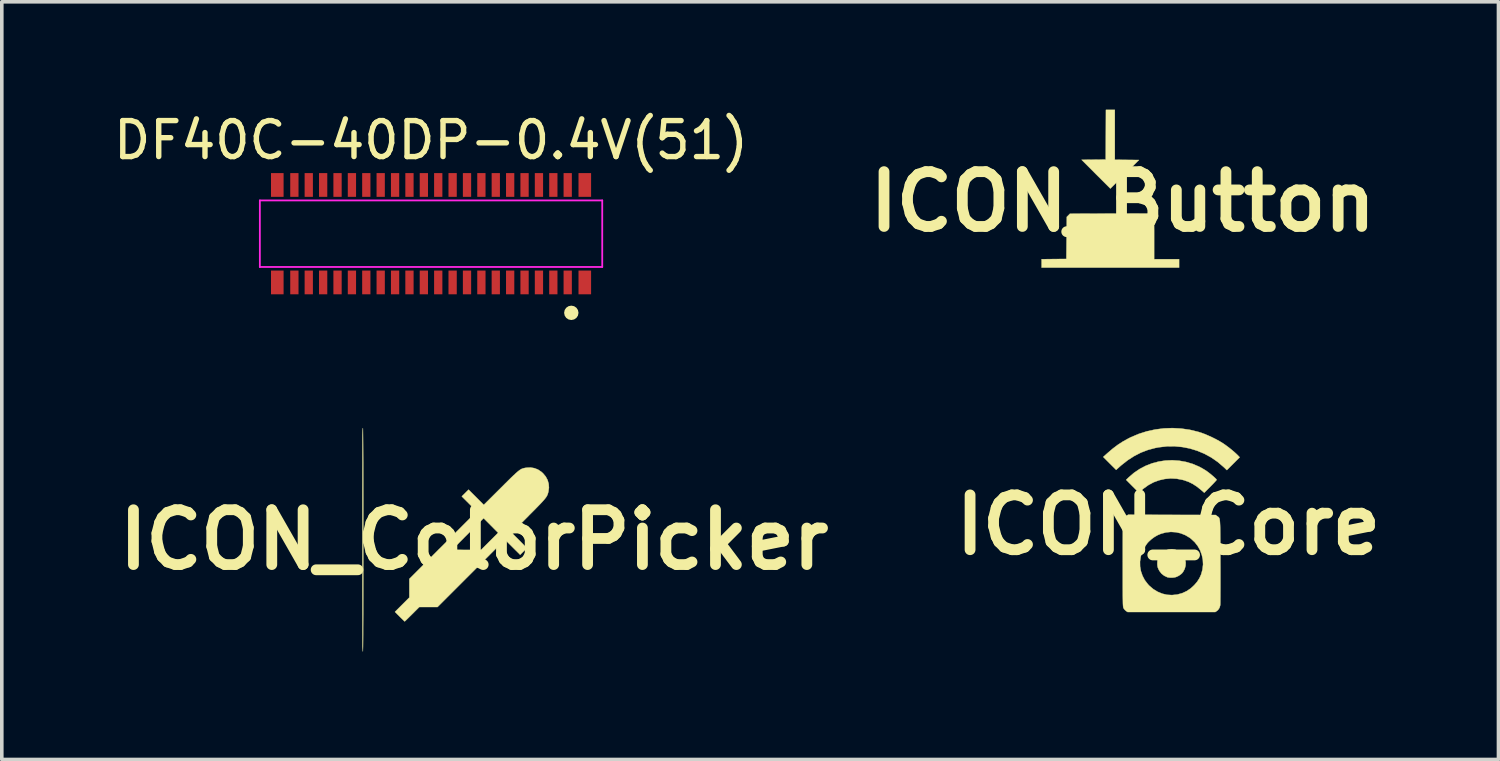
<source format=kicad_pcb>
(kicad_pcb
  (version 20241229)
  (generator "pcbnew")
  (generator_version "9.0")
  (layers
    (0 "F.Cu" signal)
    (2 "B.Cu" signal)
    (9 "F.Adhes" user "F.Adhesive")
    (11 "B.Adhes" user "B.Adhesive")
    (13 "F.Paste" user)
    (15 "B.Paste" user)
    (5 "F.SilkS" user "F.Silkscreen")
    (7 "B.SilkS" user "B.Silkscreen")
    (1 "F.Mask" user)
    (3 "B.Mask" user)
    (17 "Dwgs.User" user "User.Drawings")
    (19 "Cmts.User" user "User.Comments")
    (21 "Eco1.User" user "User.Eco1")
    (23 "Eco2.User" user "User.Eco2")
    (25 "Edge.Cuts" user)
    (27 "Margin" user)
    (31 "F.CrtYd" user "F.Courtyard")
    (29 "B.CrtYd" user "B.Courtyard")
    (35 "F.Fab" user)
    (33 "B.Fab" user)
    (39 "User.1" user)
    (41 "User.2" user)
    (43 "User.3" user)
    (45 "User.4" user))
  (footprint "ICON_Core"
    (layer "F.Cu")
    (at 29.438 11.545)
    (property "Reference" "ICON_Core" (at 0 0 0) (layer "F.SilkS") (effects (font (size 1.524 1.524) (thickness 0.3))))
    (attr through_hole)
    (fp_poly (pts (xy 0.183 0.688) (xy 0.271 0.722) (xy 0.314 0.748) (xy 0.383 0.808) (xy 0.433 0.881) (xy 0.466 0.962) (xy 0.48 1.049) (xy 0.475 1.137) (xy 0.451 1.224) (xy 0.407 1.306) (xy 0.377 1.344) (xy 0.347 1.371) (xy 0.307 1.4) (xy 0.27 1.422) (xy 0.223 1.444) (xy 0.181 1.457) (xy 0.131 1.464) (xy 0.108 1.465) (xy 0.039 1.465) (xy -0.017 1.458) (xy -0.031 1.454) (xy -0.118 1.413) (xy -0.193 1.354) (xy -0.252 1.277) (xy -0.277 1.23) (xy -0.295 1.186) (xy -0.305 1.144) (xy -0.309 1.095) (xy -0.309 1.068) (xy -0.307 1.016) (xy -0.302 0.976) (xy -0.289 0.938) (xy -0.272 0.901) (xy -0.22 0.82) (xy -0.155 0.757) (xy -0.078 0.711) (xy 0.006 0.684) (xy 0.094 0.676) (xy 0.183 0.688)) (stroke (width 0.01) (type solid)) (fill yes) (layer "F.SilkS"))
    (fp_poly (pts (xy 0.298 -1.785) (xy 0.487 -1.751) (xy 0.673 -1.696) (xy 0.854 -1.619) (xy 0.872 -1.609) (xy 0.93 -1.578) (xy 0.991 -1.542) (xy 1.045 -1.509) (xy 1.066 -1.494) (xy 1.112 -1.46) (xy 1.162 -1.421) (xy 1.211 -1.38) (xy 1.257 -1.341) (xy 1.296 -1.305) (xy 1.325 -1.277) (xy 1.339 -1.258) (xy 1.341 -1.255) (xy 1.333 -1.243) (xy 1.31 -1.217) (xy 1.276 -1.18) (xy 1.233 -1.134) (xy 1.183 -1.083) (xy 1.168 -1.068) (xy 0.996 -0.895) (xy 0.91 -0.97) (xy 0.793 -1.064) (xy 0.678 -1.139) (xy 0.561 -1.197) (xy 0.435 -1.242) (xy 0.389 -1.254) (xy 0.226 -1.285) (xy 0.062 -1.293) (xy -0.1 -1.278) (xy -0.259 -1.242) (xy -0.412 -1.186) (xy -0.557 -1.108) (xy -0.692 -1.011) (xy -0.745 -0.964) (xy -0.819 -0.895) (xy -0.998 -1.074) (xy -1.176 -1.253) (xy -1.108 -1.319) (xy -0.961 -1.446) (xy -0.802 -1.554) (xy -0.633 -1.643) (xy -0.456 -1.712) (xy -0.272 -1.761) (xy -0.084 -1.79) (xy 0.107 -1.798) (xy 0.298 -1.785)) (stroke (width 0.01) (type solid)) (fill yes) (layer "F.SilkS"))
    (fp_poly (pts (xy 0.354 -2.679) (xy 0.593 -2.645) (xy 0.827 -2.588) (xy 0.911 -2.562) (xy 1.003 -2.528) (xy 1.107 -2.484) (xy 1.217 -2.434) (xy 1.325 -2.38) (xy 1.424 -2.325) (xy 1.508 -2.274) (xy 1.511 -2.273) (xy 1.586 -2.221) (xy 1.667 -2.161) (xy 1.748 -2.097) (xy 1.824 -2.033) (xy 1.889 -1.974) (xy 1.917 -1.947) (xy 1.981 -1.881) (xy 1.624 -1.524) (xy 1.532 -1.612) (xy 1.367 -1.753) (xy 1.189 -1.876) (xy 1 -1.979) (xy 0.801 -2.062) (xy 0.596 -2.125) (xy 0.385 -2.166) (xy 0.17 -2.186) (xy -0.047 -2.184) (xy -0.264 -2.159) (xy -0.37 -2.139) (xy -0.574 -2.084) (xy -0.767 -2.01) (xy -0.952 -1.915) (xy -1.131 -1.8) (xy -1.306 -1.663) (xy -1.351 -1.624) (xy -1.454 -1.531) (xy -1.634 -1.71) (xy -1.813 -1.89) (xy -1.695 -1.996) (xy -1.551 -2.119) (xy -1.411 -2.225) (xy -1.268 -2.318) (xy -1.118 -2.401) (xy -1.049 -2.436) (xy -0.83 -2.529) (xy -0.601 -2.602) (xy -0.367 -2.653) (xy -0.128 -2.684) (xy 0.113 -2.692) (xy 0.354 -2.679)) (stroke (width 0.01) (type solid)) (fill yes) (layer "F.SilkS"))
    (fp_poly (pts (xy 0.096 -0.279) (xy 1.313 -0.276) (xy 1.356 -0.243) (xy 1.37 -0.234) (xy 1.382 -0.225) (xy 1.393 -0.217) (xy 1.402 -0.207) (xy 1.41 -0.194) (xy 1.417 -0.177) (xy 1.423 -0.155) (xy 1.427 -0.126) (xy 1.431 -0.088) (xy 1.434 -0.04) (xy 1.437 0.018) (xy 1.439 0.09) (xy 1.44 0.175) (xy 1.441 0.276) (xy 1.442 0.393) (xy 1.443 0.529) (xy 1.443 0.684) (xy 1.444 0.86) (xy 1.444 1.017) (xy 1.445 1.181) (xy 1.445 1.339) (xy 1.445 1.49) (xy 1.445 1.632) (xy 1.445 1.763) (xy 1.444 1.881) (xy 1.444 1.985) (xy 1.443 2.073) (xy 1.443 2.144) (xy 1.442 2.195) (xy 1.441 2.225) (xy 1.44 2.231) (xy 1.421 2.302) (xy 1.382 2.361) (xy 1.341 2.396) (xy 1.302 2.422) (xy -1.135 2.422) (xy -1.179 2.393) (xy -1.213 2.362) (xy -1.242 2.325) (xy -1.246 2.317) (xy -1.25 2.309) (xy -1.254 2.3) (xy -1.257 2.289) (xy -1.259 2.274) (xy -1.261 2.253) (xy -1.263 2.227) (xy -1.265 2.192) (xy -1.266 2.148) (xy -1.267 2.093) (xy -1.268 2.026) (xy -1.269 1.946) (xy -1.269 1.851) (xy -1.27 1.739) (xy -1.27 1.609) (xy -1.27 1.461) (xy -1.27 1.292) (xy -1.27 1.101) (xy -1.27 1.074) (xy -1.27 1.02) (xy -0.791 1.02) (xy -0.789 1.154) (xy -0.766 1.285) (xy -0.722 1.413) (xy -0.658 1.535) (xy -0.573 1.647) (xy -0.53 1.693) (xy -0.42 1.786) (xy -0.3 1.859) (xy -0.172 1.912) (xy -0.039 1.943) (xy 0.098 1.951) (xy 0.236 1.937) (xy 0.253 1.934) (xy 0.388 1.896) (xy 0.51 1.839) (xy 0.622 1.763) (xy 0.718 1.674) (xy 0.8 1.578) (xy 0.862 1.481) (xy 0.909 1.377) (xy 0.942 1.258) (xy 0.947 1.234) (xy 0.963 1.1) (xy 0.956 0.966) (xy 0.928 0.834) (xy 0.881 0.707) (xy 0.815 0.588) (xy 0.731 0.48) (xy 0.63 0.386) (xy 0.594 0.358) (xy 0.472 0.285) (xy 0.342 0.233) (xy 0.207 0.203) (xy 0.069 0.194) (xy -0.068 0.208) (xy -0.204 0.244) (xy -0.298 0.283) (xy -0.387 0.334) (xy -0.474 0.398) (xy -0.551 0.468) (xy -0.589 0.51) (xy -0.671 0.629) (xy -0.732 0.755) (xy -0.772 0.886) (xy -0.791 1.02) (xy -1.27 1.02) (xy -1.27 0.88) (xy -1.27 0.709) (xy -1.27 0.557) (xy -1.27 0.426) (xy -1.269 0.312) (xy -1.269 0.214) (xy -1.268 0.132) (xy -1.268 0.063) (xy -1.267 0.007) (xy -1.265 -0.038) (xy -1.264 -0.074) (xy -1.262 -0.102) (xy -1.26 -0.123) (xy -1.257 -0.139) (xy -1.254 -0.151) (xy -1.251 -0.161) (xy -1.247 -0.17) (xy -1.245 -0.173) (xy -1.207 -0.226) (xy -1.171 -0.253) (xy -1.12 -0.283) (xy 0.096 -0.279)) (stroke (width 0.01) (type solid)) (fill yes) (layer "F.SilkS")))
  (footprint "DF40C-40DP-0.4V(51)"
    (layer "F.Cu")
    (at 8.935 3.448)
    (property "Reference" "DF40C-40DP-0.4V(51)" (at 0 -2.6 0) (layer "F.SilkS") (effects (font (size 1 1) (thickness 0.15))))
    (attr through_hole)
    (fp_circle (center 3.9 2.2) (end 3.9 2.3) (stroke (width 0.2) (type solid)) (fill no) (layer "F.SilkS"))
    (fp_line (start -4.76 -0.925) (end 4.76 -0.925) (stroke (width 0.05) (type solid)) (layer "F.CrtYd"))
    (fp_line (start -4.76 0.925) (end -4.76 -0.925) (stroke (width 0.05) (type solid)) (layer "F.CrtYd"))
    (fp_line (start 4.76 -0.925) (end 4.76 0.925) (stroke (width 0.05) (type solid)) (layer "F.CrtYd"))
    (fp_line (start 4.76 0.925) (end -4.76 0.925) (stroke (width 0.05) (type solid)) (layer "F.CrtYd"))
    (pad "" smd rect (at -4.275 -1.355) (size 0.35 0.66) (layers "F.Cu" "F.Mask" "F.Paste"))
    (pad "" smd rect (at -4.275 1.355) (size 0.35 0.66) (layers "F.Cu" "F.Mask" "F.Paste"))
    (pad "" smd rect (at 4.275 -1.355) (size 0.35 0.66) (layers "F.Cu" "F.Mask" "F.Paste"))
    (pad "" smd rect (at 4.275 1.355) (size 0.35 0.66) (layers "F.Cu" "F.Mask" "F.Paste"))
    (pad "1" smd rect (at 3.8 1.355) (size 0.23 0.66) (layers "F.Cu" "F.Mask" "F.Paste"))
    (pad "2" smd rect (at 3.8 -1.355) (size 0.23 0.66) (layers "F.Cu" "F.Mask" "F.Paste"))
    (pad "3" smd rect (at 3.4 1.355) (size 0.23 0.66) (layers "F.Cu" "F.Mask" "F.Paste"))
    (pad "4" smd rect (at 3.4 -1.355) (size 0.23 0.66) (layers "F.Cu" "F.Mask" "F.Paste"))
    (pad "5" smd rect (at 3 1.355) (size 0.23 0.66) (layers "F.Cu" "F.Mask" "F.Paste"))
    (pad "6" smd rect (at 3 -1.355) (size 0.23 0.66) (layers "F.Cu" "F.Mask" "F.Paste"))
    (pad "7" smd rect (at 2.6 1.355) (size 0.23 0.66) (layers "F.Cu" "F.Mask" "F.Paste"))
    (pad "8" smd rect (at 2.6 -1.355) (size 0.23 0.66) (layers "F.Cu" "F.Mask" "F.Paste"))
    (pad "9" smd rect (at 2.2 1.355) (size 0.23 0.66) (layers "F.Cu" "F.Mask" "F.Paste"))
    (pad "10" smd rect (at 2.2 -1.355) (size 0.23 0.66) (layers "F.Cu" "F.Mask" "F.Paste"))
    (pad "11" smd rect (at 1.8 1.355) (size 0.23 0.66) (layers "F.Cu" "F.Mask" "F.Paste"))
    (pad "12" smd rect (at 1.8 -1.355) (size 0.23 0.66) (layers "F.Cu" "F.Mask" "F.Paste"))
    (pad "13" smd rect (at 1.4 1.355) (size 0.23 0.66) (layers "F.Cu" "F.Mask" "F.Paste"))
    (pad "14" smd rect (at 1.4 -1.355) (size 0.23 0.66) (layers "F.Cu" "F.Mask" "F.Paste"))
    (pad "15" smd rect (at 1 1.355) (size 0.23 0.66) (layers "F.Cu" "F.Mask" "F.Paste"))
    (pad "16" smd rect (at 1 -1.355) (size 0.23 0.66) (layers "F.Cu" "F.Mask" "F.Paste"))
    (pad "17" smd rect (at 0.6 1.355) (size 0.23 0.66) (layers "F.Cu" "F.Mask" "F.Paste"))
    (pad "18" smd rect (at 0.6 -1.355) (size 0.23 0.66) (layers "F.Cu" "F.Mask" "F.Paste"))
    (pad "19" smd rect (at 0.2 1.355) (size 0.23 0.66) (layers "F.Cu" "F.Mask" "F.Paste"))
    (pad "20" smd rect (at 0.2 -1.355) (size 0.23 0.66) (layers "F.Cu" "F.Mask" "F.Paste"))
    (pad "21" smd rect (at -0.2 1.355) (size 0.23 0.66) (layers "F.Cu" "F.Mask" "F.Paste"))
    (pad "22" smd rect (at -0.2 -1.355) (size 0.23 0.66) (layers "F.Cu" "F.Mask" "F.Paste"))
    (pad "23" smd rect (at -0.6 1.355) (size 0.23 0.66) (layers "F.Cu" "F.Mask" "F.Paste"))
    (pad "24" smd rect (at -0.6 -1.355) (size 0.23 0.66) (layers "F.Cu" "F.Mask" "F.Paste"))
    (pad "25" smd rect (at -1 1.355) (size 0.23 0.66) (layers "F.Cu" "F.Mask" "F.Paste"))
    (pad "26" smd rect (at -1 -1.355) (size 0.23 0.66) (layers "F.Cu" "F.Mask" "F.Paste"))
    (pad "27" smd rect (at -1.4 1.355) (size 0.23 0.66) (layers "F.Cu" "F.Mask" "F.Paste"))
    (pad "28" smd rect (at -1.4 -1.355) (size 0.23 0.66) (layers "F.Cu" "F.Mask" "F.Paste"))
    (pad "29" smd rect (at -1.8 1.355) (size 0.23 0.66) (layers "F.Cu" "F.Mask" "F.Paste"))
    (pad "30" smd rect (at -1.8 -1.355) (size 0.23 0.66) (layers "F.Cu" "F.Mask" "F.Paste"))
    (pad "31" smd rect (at -2.2 1.355) (size 0.23 0.66) (layers "F.Cu" "F.Mask" "F.Paste"))
    (pad "32" smd rect (at -2.2 -1.355) (size 0.23 0.66) (layers "F.Cu" "F.Mask" "F.Paste"))
    (pad "33" smd rect (at -2.6 1.355) (size 0.23 0.66) (layers "F.Cu" "F.Mask" "F.Paste"))
    (pad "34" smd rect (at -2.6 -1.355) (size 0.23 0.66) (layers "F.Cu" "F.Mask" "F.Paste"))
    (pad "35" smd rect (at -3 1.355) (size 0.23 0.66) (layers "F.Cu" "F.Mask" "F.Paste"))
    (pad "36" smd rect (at -3 -1.355) (size 0.23 0.66) (layers "F.Cu" "F.Mask" "F.Paste"))
    (pad "37" smd rect (at -3.4 1.355) (size 0.23 0.66) (layers "F.Cu" "F.Mask" "F.Paste"))
    (pad "38" smd rect (at -3.4 -1.355) (size 0.23 0.66) (layers "F.Cu" "F.Mask" "F.Paste"))
    (pad "39" smd rect (at -3.8 1.355) (size 0.23 0.66) (layers "F.Cu" "F.Mask" "F.Paste"))
    (pad "40" smd rect (at -3.8 -1.355) (size 0.23 0.66) (layers "F.Cu" "F.Mask" "F.Paste")))
  (footprint "ICON_ColorPicker"
    (layer "F.Cu")
    (at 10.131 11.958)
    (property "Reference" "ICON_ColorPicker" (at 0 0 0) (layer "F.SilkS") (effects (font (size 1.524 1.524) (thickness 0.3))))
    (attr through_hole)
    (fp_poly (pts (xy -3.091 -3.093) (xy -3.09 -3.057) (xy -3.089 -2.999) (xy -3.088 -2.917) (xy -3.087 -2.811) (xy -3.086 -2.682) (xy -3.085 -2.53) (xy -3.084 -2.355) (xy -3.083 -2.156) (xy -3.083 -1.934) (xy -3.082 -1.689) (xy -3.082 -1.42) (xy -3.081 -1.129) (xy -3.081 -0.815) (xy -3.081 -0.477) (xy -3.081 -0.116) (xy -3.081 0) (xy -3.081 0.368) (xy -3.081 0.712) (xy -3.081 1.034) (xy -3.082 1.333) (xy -3.082 1.608) (xy -3.083 1.861) (xy -3.083 2.09) (xy -3.084 2.296) (xy -3.085 2.478) (xy -3.085 2.638) (xy -3.086 2.774) (xy -3.087 2.886) (xy -3.088 2.976) (xy -3.09 3.042) (xy -3.091 3.084) (xy -3.092 3.103) (xy -3.093 3.104) (xy -3.094 3.093) (xy -3.095 3.057) (xy -3.097 2.999) (xy -3.098 2.917) (xy -3.099 2.811) (xy -3.1 2.682) (xy -3.101 2.53) (xy -3.101 2.355) (xy -3.102 2.156) (xy -3.103 1.934) (xy -3.103 1.689) (xy -3.104 1.42) (xy -3.104 1.129) (xy -3.104 0.815) (xy -3.104 0.477) (xy -3.104 0.116) (xy -3.104 0) (xy -3.104 -0.368) (xy -3.104 -0.712) (xy -3.104 -1.034) (xy -3.104 -1.333) (xy -3.103 -1.608) (xy -3.103 -1.861) (xy -3.102 -2.09) (xy -3.102 -2.296) (xy -3.101 -2.478) (xy -3.1 -2.638) (xy -3.099 -2.774) (xy -3.098 -2.886) (xy -3.097 -2.976) (xy -3.096 -3.042) (xy -3.094 -3.084) (xy -3.093 -3.103) (xy -3.093 -3.104) (xy -3.091 -3.093)) (stroke (width 0.01) (type solid)) (fill yes) (layer "F.SilkS"))
    (fp_poly (pts (xy 1.676 -1.991) (xy 1.777 -1.952) (xy 1.87 -1.89) (xy 1.918 -1.847) (xy 1.992 -1.758) (xy 2.044 -1.661) (xy 2.074 -1.557) (xy 2.082 -1.448) (xy 2.067 -1.336) (xy 2.063 -1.323) (xy 2.055 -1.293) (xy 2.046 -1.265) (xy 2.035 -1.238) (xy 2.02 -1.21) (xy 2.001 -1.18) (xy 1.975 -1.146) (xy 1.943 -1.107) (xy 1.901 -1.06) (xy 1.85 -1.005) (xy 1.787 -0.94) (xy 1.712 -0.863) (xy 1.622 -0.772) (xy 1.517 -0.667) (xy 1.515 -0.664) (xy 1.047 -0.193) (xy 1.253 0.012) (xy 1.309 0.069) (xy 1.36 0.121) (xy 1.402 0.165) (xy 1.434 0.2) (xy 1.454 0.222) (xy 1.458 0.229) (xy 1.45 0.242) (xy 1.429 0.268) (xy 1.398 0.301) (xy 1.37 0.329) (xy 1.282 0.417) (xy 0.858 -0.006) (xy -1.017 1.87) (xy -1.523 1.87) (xy -1.723 2.07) (xy -1.779 2.125) (xy -1.829 2.175) (xy -1.872 2.217) (xy -1.904 2.248) (xy -1.924 2.266) (xy -1.929 2.27) (xy -1.939 2.262) (xy -1.962 2.24) (xy -1.996 2.207) (xy -2.038 2.166) (xy -2.067 2.137) (xy -2.199 2.005) (xy -1.799 1.605) (xy -1.799 1.088) (xy -0.985 0.273) (xy -0.6 0.273) (xy -0.588 0.275) (xy -0.556 0.277) (xy -0.506 0.279) (xy -0.44 0.28) (xy -0.362 0.281) (xy -0.274 0.282) (xy -0.203 0.282) (xy 0.194 0.282) (xy 0.432 0.044) (xy 0.67 -0.194) (xy 0.468 -0.397) (xy 0.265 -0.6) (xy -0.167 -0.168) (xy -0.251 -0.084) (xy -0.328 -0.006) (xy -0.4 0.066) (xy -0.462 0.129) (xy -0.515 0.183) (xy -0.556 0.226) (xy -0.585 0.256) (xy -0.599 0.272) (xy -0.6 0.273) (xy -0.985 0.273) (xy -0.861 0.15) (xy 0.076 -0.788) (xy -0.132 -0.997) (xy -0.341 -1.206) (xy -0.247 -1.299) (xy -0.153 -1.393) (xy 0.059 -1.182) (xy 0.27 -0.97) (xy 0.75 -1.448) (xy 0.857 -1.555) (xy 0.949 -1.646) (xy 1.028 -1.724) (xy 1.095 -1.788) (xy 1.152 -1.841) (xy 1.2 -1.884) (xy 1.241 -1.917) (xy 1.276 -1.943) (xy 1.308 -1.963) (xy 1.337 -1.976) (xy 1.366 -1.986) (xy 1.395 -1.993) (xy 1.428 -1.999) (xy 1.455 -2.003) (xy 1.569 -2.009) (xy 1.676 -1.991)) (stroke (width 0.01) (type solid)) (fill yes) (layer "F.SilkS")))
  (footprint "ICON_Button"
    (layer "F.Cu")
    (at 28.17 2.557)
    (property "Reference" "ICON_Button" (at 0 0 0) (layer "F.SilkS") (effects (font (size 1.524 1.524) (thickness 0.3))))
    (attr through_hole)
    (fp_poly (pts (xy -0.223 -1.165) (xy 0.447 -1.158) (xy 0.05 -0.761) (xy -0.347 -0.365) (xy -0.747 -0.764) (xy -1.146 -1.164) (xy -0.811 -1.167) (xy -0.476 -1.17) (xy -0.473 -1.861) (xy -0.47 -2.552) (xy -0.223 -2.552) (xy -0.223 -1.165)) (stroke (width 0.01) (type solid)) (fill yes) (layer "F.SilkS"))
    (fp_poly (pts (xy 0.789 0.356) (xy 0.807 0.368) (xy 0.822 0.379) (xy 0.834 0.393) (xy 0.844 0.409) (xy 0.852 0.432) (xy 0.858 0.462) (xy 0.863 0.502) (xy 0.866 0.554) (xy 0.868 0.619) (xy 0.869 0.7) (xy 0.87 0.799) (xy 0.87 0.918) (xy 0.87 1.032) (xy 0.87 1.599) (xy 1.564 1.599) (xy 1.564 1.834) (xy -2.258 1.834) (xy -2.258 1.6) (xy -1.914 1.596) (xy -1.57 1.593) (xy -1.564 1.009) (xy -1.558 0.424) (xy -1.47 0.335) (xy 0.749 0.329) (xy 0.789 0.356)) (stroke (width 0.01) (type solid)) (fill yes) (layer "F.SilkS")))
  (gr_rect
    (start -3 -3)
    (end 38.614 18.067)
    (stroke (width 0.1) (type default))
    (fill no)
    (layer "Edge.Cuts")))
</source>
